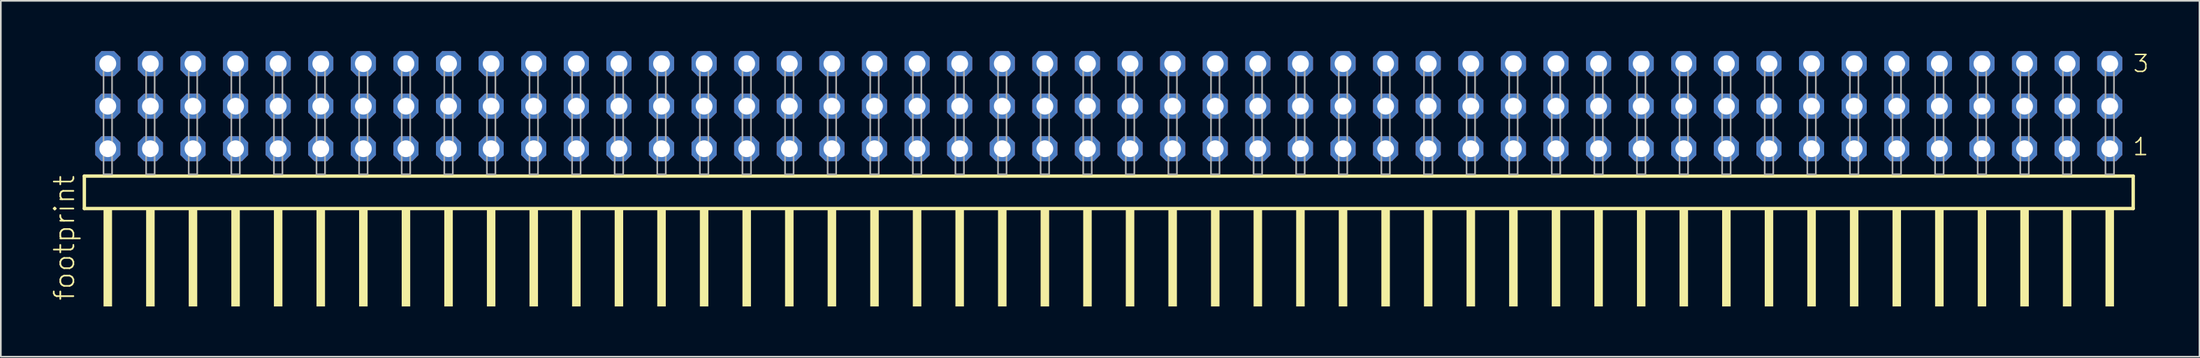
<source format=kicad_pcb>
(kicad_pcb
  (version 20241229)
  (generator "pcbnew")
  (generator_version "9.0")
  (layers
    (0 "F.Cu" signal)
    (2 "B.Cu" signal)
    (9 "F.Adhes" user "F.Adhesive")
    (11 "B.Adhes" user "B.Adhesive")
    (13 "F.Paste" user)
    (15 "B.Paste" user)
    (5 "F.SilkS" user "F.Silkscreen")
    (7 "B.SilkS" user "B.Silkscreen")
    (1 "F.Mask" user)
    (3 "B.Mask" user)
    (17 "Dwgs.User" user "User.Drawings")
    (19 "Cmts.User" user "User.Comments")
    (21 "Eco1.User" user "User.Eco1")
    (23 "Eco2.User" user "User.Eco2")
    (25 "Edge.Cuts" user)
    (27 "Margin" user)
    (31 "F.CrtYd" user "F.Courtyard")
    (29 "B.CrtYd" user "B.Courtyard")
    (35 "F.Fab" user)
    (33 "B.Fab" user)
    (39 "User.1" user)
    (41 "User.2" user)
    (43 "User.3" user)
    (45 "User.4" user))
  (footprint "footprint"
    (layer "F.Cu")
    (at 63.068 7.354)
    (property "Reference" "footprint" (at -61.595 7.62 90) (layer "F.SilkS") (effects (font (size 1.168 1.168) (thickness 0.102)) (justify left bottom)))
    (fp_line (start -61.089 0.106) (end -61.089 2.046) (stroke (width 0.203) (type solid)) (layer "F.SilkS"))
    (fp_line (start -61.089 2.046) (end 61.089 2.046) (stroke (width 0.203) (type solid)) (layer "F.SilkS"))
    (fp_line (start 61.089 0.106) (end -61.089 0.106) (stroke (width 0.203) (type solid)) (layer "F.SilkS"))
    (fp_line (start 61.089 2.046) (end 61.089 0.106) (stroke (width 0.203) (type solid)) (layer "F.SilkS"))
    (fp_poly (pts (xy -59.944 7.89) (xy -59.436 7.89) (xy -59.436 2.04) (xy -59.944 2.04)) (stroke (width 0) (type solid)) (fill yes) (layer "F.SilkS"))
    (fp_poly (pts (xy -57.404 7.89) (xy -56.896 7.89) (xy -56.896 2.04) (xy -57.404 2.04)) (stroke (width 0) (type solid)) (fill yes) (layer "F.SilkS"))
    (fp_poly (pts (xy -54.864 7.89) (xy -54.356 7.89) (xy -54.356 2.04) (xy -54.864 2.04)) (stroke (width 0) (type solid)) (fill yes) (layer "F.SilkS"))
    (fp_poly (pts (xy -52.324 7.89) (xy -51.816 7.89) (xy -51.816 2.04) (xy -52.324 2.04)) (stroke (width 0) (type solid)) (fill yes) (layer "F.SilkS"))
    (fp_poly (pts (xy -49.784 7.89) (xy -49.276 7.89) (xy -49.276 2.04) (xy -49.784 2.04)) (stroke (width 0) (type solid)) (fill yes) (layer "F.SilkS"))
    (fp_poly (pts (xy -47.244 7.89) (xy -46.736 7.89) (xy -46.736 2.04) (xy -47.244 2.04)) (stroke (width 0) (type solid)) (fill yes) (layer "F.SilkS"))
    (fp_poly (pts (xy -44.704 7.89) (xy -44.196 7.89) (xy -44.196 2.04) (xy -44.704 2.04)) (stroke (width 0) (type solid)) (fill yes) (layer "F.SilkS"))
    (fp_poly (pts (xy -42.164 7.89) (xy -41.656 7.89) (xy -41.656 2.04) (xy -42.164 2.04)) (stroke (width 0) (type solid)) (fill yes) (layer "F.SilkS"))
    (fp_poly (pts (xy -39.624 7.89) (xy -39.116 7.89) (xy -39.116 2.04) (xy -39.624 2.04)) (stroke (width 0) (type solid)) (fill yes) (layer "F.SilkS"))
    (fp_poly (pts (xy -37.084 7.89) (xy -36.576 7.89) (xy -36.576 2.04) (xy -37.084 2.04)) (stroke (width 0) (type solid)) (fill yes) (layer "F.SilkS"))
    (fp_poly (pts (xy -34.544 7.89) (xy -34.036 7.89) (xy -34.036 2.04) (xy -34.544 2.04)) (stroke (width 0) (type solid)) (fill yes) (layer "F.SilkS"))
    (fp_poly (pts (xy -32.004 7.89) (xy -31.496 7.89) (xy -31.496 2.04) (xy -32.004 2.04)) (stroke (width 0) (type solid)) (fill yes) (layer "F.SilkS"))
    (fp_poly (pts (xy -29.464 7.89) (xy -28.956 7.89) (xy -28.956 2.04) (xy -29.464 2.04)) (stroke (width 0) (type solid)) (fill yes) (layer "F.SilkS"))
    (fp_poly (pts (xy -26.924 7.89) (xy -26.416 7.89) (xy -26.416 2.04) (xy -26.924 2.04)) (stroke (width 0) (type solid)) (fill yes) (layer "F.SilkS"))
    (fp_poly (pts (xy -24.384 7.89) (xy -23.876 7.89) (xy -23.876 2.04) (xy -24.384 2.04)) (stroke (width 0) (type solid)) (fill yes) (layer "F.SilkS"))
    (fp_poly (pts (xy -21.844 7.89) (xy -21.336 7.89) (xy -21.336 2.04) (xy -21.844 2.04)) (stroke (width 0) (type solid)) (fill yes) (layer "F.SilkS"))
    (fp_poly (pts (xy -19.304 7.89) (xy -18.796 7.89) (xy -18.796 2.04) (xy -19.304 2.04)) (stroke (width 0) (type solid)) (fill yes) (layer "F.SilkS"))
    (fp_poly (pts (xy -16.764 7.89) (xy -16.256 7.89) (xy -16.256 2.04) (xy -16.764 2.04)) (stroke (width 0) (type solid)) (fill yes) (layer "F.SilkS"))
    (fp_poly (pts (xy -14.224 7.89) (xy -13.716 7.89) (xy -13.716 2.04) (xy -14.224 2.04)) (stroke (width 0) (type solid)) (fill yes) (layer "F.SilkS"))
    (fp_poly (pts (xy -11.684 7.89) (xy -11.176 7.89) (xy -11.176 2.04) (xy -11.684 2.04)) (stroke (width 0) (type solid)) (fill yes) (layer "F.SilkS"))
    (fp_poly (pts (xy -9.144 7.89) (xy -8.636 7.89) (xy -8.636 2.04) (xy -9.144 2.04)) (stroke (width 0) (type solid)) (fill yes) (layer "F.SilkS"))
    (fp_poly (pts (xy -6.604 7.89) (xy -6.096 7.89) (xy -6.096 2.04) (xy -6.604 2.04)) (stroke (width 0) (type solid)) (fill yes) (layer "F.SilkS"))
    (fp_poly (pts (xy -4.064 7.89) (xy -3.556 7.89) (xy -3.556 2.04) (xy -4.064 2.04)) (stroke (width 0) (type solid)) (fill yes) (layer "F.SilkS"))
    (fp_poly (pts (xy -1.524 7.89) (xy -1.016 7.89) (xy -1.016 2.04) (xy -1.524 2.04)) (stroke (width 0) (type solid)) (fill yes) (layer "F.SilkS"))
    (fp_poly (pts (xy 1.016 7.89) (xy 1.524 7.89) (xy 1.524 2.04) (xy 1.016 2.04)) (stroke (width 0) (type solid)) (fill yes) (layer "F.SilkS"))
    (fp_poly (pts (xy 3.556 7.89) (xy 4.064 7.89) (xy 4.064 2.04) (xy 3.556 2.04)) (stroke (width 0) (type solid)) (fill yes) (layer "F.SilkS"))
    (fp_poly (pts (xy 6.096 7.89) (xy 6.604 7.89) (xy 6.604 2.04) (xy 6.096 2.04)) (stroke (width 0) (type solid)) (fill yes) (layer "F.SilkS"))
    (fp_poly (pts (xy 8.636 7.89) (xy 9.144 7.89) (xy 9.144 2.04) (xy 8.636 2.04)) (stroke (width 0) (type solid)) (fill yes) (layer "F.SilkS"))
    (fp_poly (pts (xy 11.176 7.89) (xy 11.684 7.89) (xy 11.684 2.04) (xy 11.176 2.04)) (stroke (width 0) (type solid)) (fill yes) (layer "F.SilkS"))
    (fp_poly (pts (xy 13.716 7.89) (xy 14.224 7.89) (xy 14.224 2.04) (xy 13.716 2.04)) (stroke (width 0) (type solid)) (fill yes) (layer "F.SilkS"))
    (fp_poly (pts (xy 16.256 7.89) (xy 16.764 7.89) (xy 16.764 2.04) (xy 16.256 2.04)) (stroke (width 0) (type solid)) (fill yes) (layer "F.SilkS"))
    (fp_poly (pts (xy 18.796 7.89) (xy 19.304 7.89) (xy 19.304 2.04) (xy 18.796 2.04)) (stroke (width 0) (type solid)) (fill yes) (layer "F.SilkS"))
    (fp_poly (pts (xy 21.336 7.89) (xy 21.844 7.89) (xy 21.844 2.04) (xy 21.336 2.04)) (stroke (width 0) (type solid)) (fill yes) (layer "F.SilkS"))
    (fp_poly (pts (xy 23.876 7.89) (xy 24.384 7.89) (xy 24.384 2.04) (xy 23.876 2.04)) (stroke (width 0) (type solid)) (fill yes) (layer "F.SilkS"))
    (fp_poly (pts (xy 26.416 7.89) (xy 26.924 7.89) (xy 26.924 2.04) (xy 26.416 2.04)) (stroke (width 0) (type solid)) (fill yes) (layer "F.SilkS"))
    (fp_poly (pts (xy 28.956 7.89) (xy 29.464 7.89) (xy 29.464 2.04) (xy 28.956 2.04)) (stroke (width 0) (type solid)) (fill yes) (layer "F.SilkS"))
    (fp_poly (pts (xy 31.496 7.89) (xy 32.004 7.89) (xy 32.004 2.04) (xy 31.496 2.04)) (stroke (width 0) (type solid)) (fill yes) (layer "F.SilkS"))
    (fp_poly (pts (xy 34.036 7.89) (xy 34.544 7.89) (xy 34.544 2.04) (xy 34.036 2.04)) (stroke (width 0) (type solid)) (fill yes) (layer "F.SilkS"))
    (fp_poly (pts (xy 36.576 7.89) (xy 37.084 7.89) (xy 37.084 2.04) (xy 36.576 2.04)) (stroke (width 0) (type solid)) (fill yes) (layer "F.SilkS"))
    (fp_poly (pts (xy 39.116 7.89) (xy 39.624 7.89) (xy 39.624 2.04) (xy 39.116 2.04)) (stroke (width 0) (type solid)) (fill yes) (layer "F.SilkS"))
    (fp_poly (pts (xy 41.656 7.89) (xy 42.164 7.89) (xy 42.164 2.04) (xy 41.656 2.04)) (stroke (width 0) (type solid)) (fill yes) (layer "F.SilkS"))
    (fp_poly (pts (xy 44.196 7.89) (xy 44.704 7.89) (xy 44.704 2.04) (xy 44.196 2.04)) (stroke (width 0) (type solid)) (fill yes) (layer "F.SilkS"))
    (fp_poly (pts (xy 46.736 7.89) (xy 47.244 7.89) (xy 47.244 2.04) (xy 46.736 2.04)) (stroke (width 0) (type solid)) (fill yes) (layer "F.SilkS"))
    (fp_poly (pts (xy 49.276 7.89) (xy 49.784 7.89) (xy 49.784 2.04) (xy 49.276 2.04)) (stroke (width 0) (type solid)) (fill yes) (layer "F.SilkS"))
    (fp_poly (pts (xy 51.816 7.89) (xy 52.324 7.89) (xy 52.324 2.04) (xy 51.816 2.04)) (stroke (width 0) (type solid)) (fill yes) (layer "F.SilkS"))
    (fp_poly (pts (xy 54.356 7.89) (xy 54.864 7.89) (xy 54.864 2.04) (xy 54.356 2.04)) (stroke (width 0) (type solid)) (fill yes) (layer "F.SilkS"))
    (fp_poly (pts (xy 56.896 7.89) (xy 57.404 7.89) (xy 57.404 2.04) (xy 56.896 2.04)) (stroke (width 0) (type solid)) (fill yes) (layer "F.SilkS"))
    (fp_poly (pts (xy 59.436 7.89) (xy 59.944 7.89) (xy 59.944 2.04) (xy 59.436 2.04)) (stroke (width 0) (type solid)) (fill yes) (layer "F.SilkS"))
    (fp_poly (pts (xy -59.944 0) (xy -59.436 0) (xy -59.436 -6.858) (xy -59.944 -6.858)) (stroke (width 0.1) (type solid)) (fill no) (layer "F.Fab"))
    (fp_poly (pts (xy -57.404 0) (xy -56.896 0) (xy -56.896 -6.858) (xy -57.404 -6.858)) (stroke (width 0.1) (type solid)) (fill no) (layer "F.Fab"))
    (fp_poly (pts (xy -54.864 0) (xy -54.356 0) (xy -54.356 -6.858) (xy -54.864 -6.858)) (stroke (width 0.1) (type solid)) (fill no) (layer "F.Fab"))
    (fp_poly (pts (xy -52.324 0) (xy -51.816 0) (xy -51.816 -6.858) (xy -52.324 -6.858)) (stroke (width 0.1) (type solid)) (fill no) (layer "F.Fab"))
    (fp_poly (pts (xy -49.784 0) (xy -49.276 0) (xy -49.276 -6.858) (xy -49.784 -6.858)) (stroke (width 0.1) (type solid)) (fill no) (layer "F.Fab"))
    (fp_poly (pts (xy -47.244 0) (xy -46.736 0) (xy -46.736 -6.858) (xy -47.244 -6.858)) (stroke (width 0.1) (type solid)) (fill no) (layer "F.Fab"))
    (fp_poly (pts (xy -44.704 0) (xy -44.196 0) (xy -44.196 -6.858) (xy -44.704 -6.858)) (stroke (width 0.1) (type solid)) (fill no) (layer "F.Fab"))
    (fp_poly (pts (xy -42.164 0) (xy -41.656 0) (xy -41.656 -6.858) (xy -42.164 -6.858)) (stroke (width 0.1) (type solid)) (fill no) (layer "F.Fab"))
    (fp_poly (pts (xy -39.624 0) (xy -39.116 0) (xy -39.116 -6.858) (xy -39.624 -6.858)) (stroke (width 0.1) (type solid)) (fill no) (layer "F.Fab"))
    (fp_poly (pts (xy -37.084 0) (xy -36.576 0) (xy -36.576 -6.858) (xy -37.084 -6.858)) (stroke (width 0.1) (type solid)) (fill no) (layer "F.Fab"))
    (fp_poly (pts (xy -34.544 0) (xy -34.036 0) (xy -34.036 -6.858) (xy -34.544 -6.858)) (stroke (width 0.1) (type solid)) (fill no) (layer "F.Fab"))
    (fp_poly (pts (xy -32.004 0) (xy -31.496 0) (xy -31.496 -6.858) (xy -32.004 -6.858)) (stroke (width 0.1) (type solid)) (fill no) (layer "F.Fab"))
    (fp_poly (pts (xy -29.464 0) (xy -28.956 0) (xy -28.956 -6.858) (xy -29.464 -6.858)) (stroke (width 0.1) (type solid)) (fill no) (layer "F.Fab"))
    (fp_poly (pts (xy -26.924 0) (xy -26.416 0) (xy -26.416 -6.858) (xy -26.924 -6.858)) (stroke (width 0.1) (type solid)) (fill no) (layer "F.Fab"))
    (fp_poly (pts (xy -24.384 0) (xy -23.876 0) (xy -23.876 -6.858) (xy -24.384 -6.858)) (stroke (width 0.1) (type solid)) (fill no) (layer "F.Fab"))
    (fp_poly (pts (xy -21.844 0) (xy -21.336 0) (xy -21.336 -6.858) (xy -21.844 -6.858)) (stroke (width 0.1) (type solid)) (fill no) (layer "F.Fab"))
    (fp_poly (pts (xy -19.304 0) (xy -18.796 0) (xy -18.796 -6.858) (xy -19.304 -6.858)) (stroke (width 0.1) (type solid)) (fill no) (layer "F.Fab"))
    (fp_poly (pts (xy -16.764 0) (xy -16.256 0) (xy -16.256 -6.858) (xy -16.764 -6.858)) (stroke (width 0.1) (type solid)) (fill no) (layer "F.Fab"))
    (fp_poly (pts (xy -14.224 0) (xy -13.716 0) (xy -13.716 -6.858) (xy -14.224 -6.858)) (stroke (width 0.1) (type solid)) (fill no) (layer "F.Fab"))
    (fp_poly (pts (xy -11.684 0) (xy -11.176 0) (xy -11.176 -6.858) (xy -11.684 -6.858)) (stroke (width 0.1) (type solid)) (fill no) (layer "F.Fab"))
    (fp_poly (pts (xy -9.144 0) (xy -8.636 0) (xy -8.636 -6.858) (xy -9.144 -6.858)) (stroke (width 0.1) (type solid)) (fill no) (layer "F.Fab"))
    (fp_poly (pts (xy -6.604 0) (xy -6.096 0) (xy -6.096 -6.858) (xy -6.604 -6.858)) (stroke (width 0.1) (type solid)) (fill no) (layer "F.Fab"))
    (fp_poly (pts (xy -4.064 0) (xy -3.556 0) (xy -3.556 -6.858) (xy -4.064 -6.858)) (stroke (width 0.1) (type solid)) (fill no) (layer "F.Fab"))
    (fp_poly (pts (xy -1.524 0) (xy -1.016 0) (xy -1.016 -6.858) (xy -1.524 -6.858)) (stroke (width 0.1) (type solid)) (fill no) (layer "F.Fab"))
    (fp_poly (pts (xy 1.016 0) (xy 1.524 0) (xy 1.524 -6.858) (xy 1.016 -6.858)) (stroke (width 0.1) (type solid)) (fill no) (layer "F.Fab"))
    (fp_poly (pts (xy 3.556 0) (xy 4.064 0) (xy 4.064 -6.858) (xy 3.556 -6.858)) (stroke (width 0.1) (type solid)) (fill no) (layer "F.Fab"))
    (fp_poly (pts (xy 6.096 0) (xy 6.604 0) (xy 6.604 -6.858) (xy 6.096 -6.858)) (stroke (width 0.1) (type solid)) (fill no) (layer "F.Fab"))
    (fp_poly (pts (xy 8.636 0) (xy 9.144 0) (xy 9.144 -6.858) (xy 8.636 -6.858)) (stroke (width 0.1) (type solid)) (fill no) (layer "F.Fab"))
    (fp_poly (pts (xy 11.176 0) (xy 11.684 0) (xy 11.684 -6.858) (xy 11.176 -6.858)) (stroke (width 0.1) (type solid)) (fill no) (layer "F.Fab"))
    (fp_poly (pts (xy 13.716 0) (xy 14.224 0) (xy 14.224 -6.858) (xy 13.716 -6.858)) (stroke (width 0.1) (type solid)) (fill no) (layer "F.Fab"))
    (fp_poly (pts (xy 16.256 0) (xy 16.764 0) (xy 16.764 -6.858) (xy 16.256 -6.858)) (stroke (width 0.1) (type solid)) (fill no) (layer "F.Fab"))
    (fp_poly (pts (xy 18.796 0) (xy 19.304 0) (xy 19.304 -6.858) (xy 18.796 -6.858)) (stroke (width 0.1) (type solid)) (fill no) (layer "F.Fab"))
    (fp_poly (pts (xy 21.336 0) (xy 21.844 0) (xy 21.844 -6.858) (xy 21.336 -6.858)) (stroke (width 0.1) (type solid)) (fill no) (layer "F.Fab"))
    (fp_poly (pts (xy 23.876 0) (xy 24.384 0) (xy 24.384 -6.858) (xy 23.876 -6.858)) (stroke (width 0.1) (type solid)) (fill no) (layer "F.Fab"))
    (fp_poly (pts (xy 26.416 0) (xy 26.924 0) (xy 26.924 -6.858) (xy 26.416 -6.858)) (stroke (width 0.1) (type solid)) (fill no) (layer "F.Fab"))
    (fp_poly (pts (xy 28.956 0) (xy 29.464 0) (xy 29.464 -6.858) (xy 28.956 -6.858)) (stroke (width 0.1) (type solid)) (fill no) (layer "F.Fab"))
    (fp_poly (pts (xy 31.496 0) (xy 32.004 0) (xy 32.004 -6.858) (xy 31.496 -6.858)) (stroke (width 0.1) (type solid)) (fill no) (layer "F.Fab"))
    (fp_poly (pts (xy 34.036 0) (xy 34.544 0) (xy 34.544 -6.858) (xy 34.036 -6.858)) (stroke (width 0.1) (type solid)) (fill no) (layer "F.Fab"))
    (fp_poly (pts (xy 36.576 0) (xy 37.084 0) (xy 37.084 -6.858) (xy 36.576 -6.858)) (stroke (width 0.1) (type solid)) (fill no) (layer "F.Fab"))
    (fp_poly (pts (xy 39.116 0) (xy 39.624 0) (xy 39.624 -6.858) (xy 39.116 -6.858)) (stroke (width 0.1) (type solid)) (fill no) (layer "F.Fab"))
    (fp_poly (pts (xy 41.656 0) (xy 42.164 0) (xy 42.164 -6.858) (xy 41.656 -6.858)) (stroke (width 0.1) (type solid)) (fill no) (layer "F.Fab"))
    (fp_poly (pts (xy 44.196 0) (xy 44.704 0) (xy 44.704 -6.858) (xy 44.196 -6.858)) (stroke (width 0.1) (type solid)) (fill no) (layer "F.Fab"))
    (fp_poly (pts (xy 46.736 0) (xy 47.244 0) (xy 47.244 -6.858) (xy 46.736 -6.858)) (stroke (width 0.1) (type solid)) (fill no) (layer "F.Fab"))
    (fp_poly (pts (xy 49.276 0) (xy 49.784 0) (xy 49.784 -6.858) (xy 49.276 -6.858)) (stroke (width 0.1) (type solid)) (fill no) (layer "F.Fab"))
    (fp_poly (pts (xy 51.816 0) (xy 52.324 0) (xy 52.324 -6.858) (xy 51.816 -6.858)) (stroke (width 0.1) (type solid)) (fill no) (layer "F.Fab"))
    (fp_poly (pts (xy 54.356 0) (xy 54.864 0) (xy 54.864 -6.858) (xy 54.356 -6.858)) (stroke (width 0.1) (type solid)) (fill no) (layer "F.Fab"))
    (fp_poly (pts (xy 56.896 0) (xy 57.404 0) (xy 57.404 -6.858) (xy 56.896 -6.858)) (stroke (width 0.1) (type solid)) (fill no) (layer "F.Fab"))
    (fp_poly (pts (xy 59.436 0) (xy 59.944 0) (xy 59.944 -6.858) (xy 59.436 -6.858)) (stroke (width 0.1) (type solid)) (fill no) (layer "F.Fab"))
    (fp_text user "3" (at 61.015 -6.015 0) (layer "F.SilkS") (effects (font (size 1.012 1.012) (thickness 0.088)) (justify left bottom)))
    (fp_text user "1" (at 61 -1.05 0) (layer "F.SilkS") (effects (font (size 1.012 1.012) (thickness 0.088)) (justify left bottom)))
    (pad "1" thru_hole roundrect (at 59.69 -1.524 180) (size 1.5 1.5) (drill 1) (layers "*.Cu" "*.Mask") (roundrect_rratio 0.25) (chamfer_ratio 0.25) (chamfer top_left top_right bottom_left bottom_right))
    (pad "2" thru_hole roundrect (at 59.69 -4.064 180) (size 1.5 1.5) (drill 1) (layers "*.Cu" "*.Mask") (roundrect_rratio 0.25) (chamfer_ratio 0.25) (chamfer top_left top_right bottom_left bottom_right))
    (pad "3" thru_hole roundrect (at 59.69 -6.604 180) (size 1.5 1.5) (drill 1) (layers "*.Cu" "*.Mask") (roundrect_rratio 0.25) (chamfer_ratio 0.25) (chamfer top_left top_right bottom_left bottom_right))
    (pad "4" thru_hole roundrect (at 57.15 -1.524 180) (size 1.5 1.5) (drill 1) (layers "*.Cu" "*.Mask") (roundrect_rratio 0.25) (chamfer_ratio 0.25) (chamfer top_left top_right bottom_left bottom_right))
    (pad "5" thru_hole roundrect (at 57.15 -4.064 180) (size 1.5 1.5) (drill 1) (layers "*.Cu" "*.Mask") (roundrect_rratio 0.25) (chamfer_ratio 0.25) (chamfer top_left top_right bottom_left bottom_right))
    (pad "6" thru_hole roundrect (at 57.15 -6.604 180) (size 1.5 1.5) (drill 1) (layers "*.Cu" "*.Mask") (roundrect_rratio 0.25) (chamfer_ratio 0.25) (chamfer top_left top_right bottom_left bottom_right))
    (pad "7" thru_hole roundrect (at 54.61 -1.524 180) (size 1.5 1.5) (drill 1) (layers "*.Cu" "*.Mask") (roundrect_rratio 0.25) (chamfer_ratio 0.25) (chamfer top_left top_right bottom_left bottom_right))
    (pad "8" thru_hole roundrect (at 54.61 -4.064 180) (size 1.5 1.5) (drill 1) (layers "*.Cu" "*.Mask") (roundrect_rratio 0.25) (chamfer_ratio 0.25) (chamfer top_left top_right bottom_left bottom_right))
    (pad "9" thru_hole roundrect (at 54.61 -6.604 180) (size 1.5 1.5) (drill 1) (layers "*.Cu" "*.Mask") (roundrect_rratio 0.25) (chamfer_ratio 0.25) (chamfer top_left top_right bottom_left bottom_right))
    (pad "10" thru_hole roundrect (at 52.07 -1.524 180) (size 1.5 1.5) (drill 1) (layers "*.Cu" "*.Mask") (roundrect_rratio 0.25) (chamfer_ratio 0.25) (chamfer top_left top_right bottom_left bottom_right))
    (pad "11" thru_hole roundrect (at 52.07 -4.064 180) (size 1.5 1.5) (drill 1) (layers "*.Cu" "*.Mask") (roundrect_rratio 0.25) (chamfer_ratio 0.25) (chamfer top_left top_right bottom_left bottom_right))
    (pad "12" thru_hole roundrect (at 52.07 -6.604 180) (size 1.5 1.5) (drill 1) (layers "*.Cu" "*.Mask") (roundrect_rratio 0.25) (chamfer_ratio 0.25) (chamfer top_left top_right bottom_left bottom_right))
    (pad "13" thru_hole roundrect (at 49.53 -1.524 180) (size 1.5 1.5) (drill 1) (layers "*.Cu" "*.Mask") (roundrect_rratio 0.25) (chamfer_ratio 0.25) (chamfer top_left top_right bottom_left bottom_right))
    (pad "14" thru_hole roundrect (at 49.53 -4.064 180) (size 1.5 1.5) (drill 1) (layers "*.Cu" "*.Mask") (roundrect_rratio 0.25) (chamfer_ratio 0.25) (chamfer top_left top_right bottom_left bottom_right))
    (pad "15" thru_hole roundrect (at 49.53 -6.604 180) (size 1.5 1.5) (drill 1) (layers "*.Cu" "*.Mask") (roundrect_rratio 0.25) (chamfer_ratio 0.25) (chamfer top_left top_right bottom_left bottom_right))
    (pad "16" thru_hole roundrect (at 46.99 -1.524 180) (size 1.5 1.5) (drill 1) (layers "*.Cu" "*.Mask") (roundrect_rratio 0.25) (chamfer_ratio 0.25) (chamfer top_left top_right bottom_left bottom_right))
    (pad "17" thru_hole roundrect (at 46.99 -4.064 180) (size 1.5 1.5) (drill 1) (layers "*.Cu" "*.Mask") (roundrect_rratio 0.25) (chamfer_ratio 0.25) (chamfer top_left top_right bottom_left bottom_right))
    (pad "18" thru_hole roundrect (at 46.99 -6.604 180) (size 1.5 1.5) (drill 1) (layers "*.Cu" "*.Mask") (roundrect_rratio 0.25) (chamfer_ratio 0.25) (chamfer top_left top_right bottom_left bottom_right))
    (pad "19" thru_hole roundrect (at 44.45 -1.524 180) (size 1.5 1.5) (drill 1) (layers "*.Cu" "*.Mask") (roundrect_rratio 0.25) (chamfer_ratio 0.25) (chamfer top_left top_right bottom_left bottom_right))
    (pad "20" thru_hole roundrect (at 44.45 -4.064 180) (size 1.5 1.5) (drill 1) (layers "*.Cu" "*.Mask") (roundrect_rratio 0.25) (chamfer_ratio 0.25) (chamfer top_left top_right bottom_left bottom_right))
    (pad "21" thru_hole roundrect (at 44.45 -6.604 180) (size 1.5 1.5) (drill 1) (layers "*.Cu" "*.Mask") (roundrect_rratio 0.25) (chamfer_ratio 0.25) (chamfer top_left top_right bottom_left bottom_right))
    (pad "22" thru_hole roundrect (at 41.91 -1.524 180) (size 1.5 1.5) (drill 1) (layers "*.Cu" "*.Mask") (roundrect_rratio 0.25) (chamfer_ratio 0.25) (chamfer top_left top_right bottom_left bottom_right))
    (pad "23" thru_hole roundrect (at 41.91 -4.064 180) (size 1.5 1.5) (drill 1) (layers "*.Cu" "*.Mask") (roundrect_rratio 0.25) (chamfer_ratio 0.25) (chamfer top_left top_right bottom_left bottom_right))
    (pad "24" thru_hole roundrect (at 41.91 -6.604 180) (size 1.5 1.5) (drill 1) (layers "*.Cu" "*.Mask") (roundrect_rratio 0.25) (chamfer_ratio 0.25) (chamfer top_left top_right bottom_left bottom_right))
    (pad "25" thru_hole roundrect (at 39.37 -1.524 180) (size 1.5 1.5) (drill 1) (layers "*.Cu" "*.Mask") (roundrect_rratio 0.25) (chamfer_ratio 0.25) (chamfer top_left top_right bottom_left bottom_right))
    (pad "26" thru_hole roundrect (at 39.37 -4.064 180) (size 1.5 1.5) (drill 1) (layers "*.Cu" "*.Mask") (roundrect_rratio 0.25) (chamfer_ratio 0.25) (chamfer top_left top_right bottom_left bottom_right))
    (pad "27" thru_hole roundrect (at 39.37 -6.604 180) (size 1.5 1.5) (drill 1) (layers "*.Cu" "*.Mask") (roundrect_rratio 0.25) (chamfer_ratio 0.25) (chamfer top_left top_right bottom_left bottom_right))
    (pad "28" thru_hole roundrect (at 36.83 -1.524 180) (size 1.5 1.5) (drill 1) (layers "*.Cu" "*.Mask") (roundrect_rratio 0.25) (chamfer_ratio 0.25) (chamfer top_left top_right bottom_left bottom_right))
    (pad "29" thru_hole roundrect (at 36.83 -4.064 180) (size 1.5 1.5) (drill 1) (layers "*.Cu" "*.Mask") (roundrect_rratio 0.25) (chamfer_ratio 0.25) (chamfer top_left top_right bottom_left bottom_right))
    (pad "30" thru_hole roundrect (at 36.83 -6.604 180) (size 1.5 1.5) (drill 1) (layers "*.Cu" "*.Mask") (roundrect_rratio 0.25) (chamfer_ratio 0.25) (chamfer top_left top_right bottom_left bottom_right))
    (pad "31" thru_hole roundrect (at 34.29 -1.524 180) (size 1.5 1.5) (drill 1) (layers "*.Cu" "*.Mask") (roundrect_rratio 0.25) (chamfer_ratio 0.25) (chamfer top_left top_right bottom_left bottom_right))
    (pad "32" thru_hole roundrect (at 34.29 -4.064 180) (size 1.5 1.5) (drill 1) (layers "*.Cu" "*.Mask") (roundrect_rratio 0.25) (chamfer_ratio 0.25) (chamfer top_left top_right bottom_left bottom_right))
    (pad "33" thru_hole roundrect (at 34.29 -6.604 180) (size 1.5 1.5) (drill 1) (layers "*.Cu" "*.Mask") (roundrect_rratio 0.25) (chamfer_ratio 0.25) (chamfer top_left top_right bottom_left bottom_right))
    (pad "34" thru_hole roundrect (at 31.75 -1.524 180) (size 1.5 1.5) (drill 1) (layers "*.Cu" "*.Mask") (roundrect_rratio 0.25) (chamfer_ratio 0.25) (chamfer top_left top_right bottom_left bottom_right))
    (pad "35" thru_hole roundrect (at 31.75 -4.064 180) (size 1.5 1.5) (drill 1) (layers "*.Cu" "*.Mask") (roundrect_rratio 0.25) (chamfer_ratio 0.25) (chamfer top_left top_right bottom_left bottom_right))
    (pad "36" thru_hole roundrect (at 31.75 -6.604 180) (size 1.5 1.5) (drill 1) (layers "*.Cu" "*.Mask") (roundrect_rratio 0.25) (chamfer_ratio 0.25) (chamfer top_left top_right bottom_left bottom_right))
    (pad "37" thru_hole roundrect (at 29.21 -1.524 180) (size 1.5 1.5) (drill 1) (layers "*.Cu" "*.Mask") (roundrect_rratio 0.25) (chamfer_ratio 0.25) (chamfer top_left top_right bottom_left bottom_right))
    (pad "38" thru_hole roundrect (at 29.21 -4.064 180) (size 1.5 1.5) (drill 1) (layers "*.Cu" "*.Mask") (roundrect_rratio 0.25) (chamfer_ratio 0.25) (chamfer top_left top_right bottom_left bottom_right))
    (pad "39" thru_hole roundrect (at 29.21 -6.604 180) (size 1.5 1.5) (drill 1) (layers "*.Cu" "*.Mask") (roundrect_rratio 0.25) (chamfer_ratio 0.25) (chamfer top_left top_right bottom_left bottom_right))
    (pad "40" thru_hole roundrect (at 26.67 -1.524 180) (size 1.5 1.5) (drill 1) (layers "*.Cu" "*.Mask") (roundrect_rratio 0.25) (chamfer_ratio 0.25) (chamfer top_left top_right bottom_left bottom_right))
    (pad "41" thru_hole roundrect (at 26.67 -4.064 180) (size 1.5 1.5) (drill 1) (layers "*.Cu" "*.Mask") (roundrect_rratio 0.25) (chamfer_ratio 0.25) (chamfer top_left top_right bottom_left bottom_right))
    (pad "42" thru_hole roundrect (at 26.67 -6.604 180) (size 1.5 1.5) (drill 1) (layers "*.Cu" "*.Mask") (roundrect_rratio 0.25) (chamfer_ratio 0.25) (chamfer top_left top_right bottom_left bottom_right))
    (pad "43" thru_hole roundrect (at 24.13 -1.524 180) (size 1.5 1.5) (drill 1) (layers "*.Cu" "*.Mask") (roundrect_rratio 0.25) (chamfer_ratio 0.25) (chamfer top_left top_right bottom_left bottom_right))
    (pad "44" thru_hole roundrect (at 24.13 -4.064 180) (size 1.5 1.5) (drill 1) (layers "*.Cu" "*.Mask") (roundrect_rratio 0.25) (chamfer_ratio 0.25) (chamfer top_left top_right bottom_left bottom_right))
    (pad "45" thru_hole roundrect (at 24.13 -6.604 180) (size 1.5 1.5) (drill 1) (layers "*.Cu" "*.Mask") (roundrect_rratio 0.25) (chamfer_ratio 0.25) (chamfer top_left top_right bottom_left bottom_right))
    (pad "46" thru_hole roundrect (at 21.59 -1.524 180) (size 1.5 1.5) (drill 1) (layers "*.Cu" "*.Mask") (roundrect_rratio 0.25) (chamfer_ratio 0.25) (chamfer top_left top_right bottom_left bottom_right))
    (pad "47" thru_hole roundrect (at 21.59 -4.064 180) (size 1.5 1.5) (drill 1) (layers "*.Cu" "*.Mask") (roundrect_rratio 0.25) (chamfer_ratio 0.25) (chamfer top_left top_right bottom_left bottom_right))
    (pad "48" thru_hole roundrect (at 21.59 -6.604 180) (size 1.5 1.5) (drill 1) (layers "*.Cu" "*.Mask") (roundrect_rratio 0.25) (chamfer_ratio 0.25) (chamfer top_left top_right bottom_left bottom_right))
    (pad "49" thru_hole roundrect (at 19.05 -1.524 180) (size 1.5 1.5) (drill 1) (layers "*.Cu" "*.Mask") (roundrect_rratio 0.25) (chamfer_ratio 0.25) (chamfer top_left top_right bottom_left bottom_right))
    (pad "50" thru_hole roundrect (at 19.05 -4.064 180) (size 1.5 1.5) (drill 1) (layers "*.Cu" "*.Mask") (roundrect_rratio 0.25) (chamfer_ratio 0.25) (chamfer top_left top_right bottom_left bottom_right))
    (pad "51" thru_hole roundrect (at 19.05 -6.604 180) (size 1.5 1.5) (drill 1) (layers "*.Cu" "*.Mask") (roundrect_rratio 0.25) (chamfer_ratio 0.25) (chamfer top_left top_right bottom_left bottom_right))
    (pad "52" thru_hole roundrect (at 16.51 -1.524 180) (size 1.5 1.5) (drill 1) (layers "*.Cu" "*.Mask") (roundrect_rratio 0.25) (chamfer_ratio 0.25) (chamfer top_left top_right bottom_left bottom_right))
    (pad "53" thru_hole roundrect (at 16.51 -4.064 180) (size 1.5 1.5) (drill 1) (layers "*.Cu" "*.Mask") (roundrect_rratio 0.25) (chamfer_ratio 0.25) (chamfer top_left top_right bottom_left bottom_right))
    (pad "54" thru_hole roundrect (at 16.51 -6.604 180) (size 1.5 1.5) (drill 1) (layers "*.Cu" "*.Mask") (roundrect_rratio 0.25) (chamfer_ratio 0.25) (chamfer top_left top_right bottom_left bottom_right))
    (pad "55" thru_hole roundrect (at 13.97 -1.524 180) (size 1.5 1.5) (drill 1) (layers "*.Cu" "*.Mask") (roundrect_rratio 0.25) (chamfer_ratio 0.25) (chamfer top_left top_right bottom_left bottom_right))
    (pad "56" thru_hole roundrect (at 13.97 -4.064 180) (size 1.5 1.5) (drill 1) (layers "*.Cu" "*.Mask") (roundrect_rratio 0.25) (chamfer_ratio 0.25) (chamfer top_left top_right bottom_left bottom_right))
    (pad "57" thru_hole roundrect (at 13.97 -6.604 180) (size 1.5 1.5) (drill 1) (layers "*.Cu" "*.Mask") (roundrect_rratio 0.25) (chamfer_ratio 0.25) (chamfer top_left top_right bottom_left bottom_right))
    (pad "58" thru_hole roundrect (at 11.43 -1.524 180) (size 1.5 1.5) (drill 1) (layers "*.Cu" "*.Mask") (roundrect_rratio 0.25) (chamfer_ratio 0.25) (chamfer top_left top_right bottom_left bottom_right))
    (pad "59" thru_hole roundrect (at 11.43 -4.064 180) (size 1.5 1.5) (drill 1) (layers "*.Cu" "*.Mask") (roundrect_rratio 0.25) (chamfer_ratio 0.25) (chamfer top_left top_right bottom_left bottom_right))
    (pad "60" thru_hole roundrect (at 11.43 -6.604 180) (size 1.5 1.5) (drill 1) (layers "*.Cu" "*.Mask") (roundrect_rratio 0.25) (chamfer_ratio 0.25) (chamfer top_left top_right bottom_left bottom_right))
    (pad "61" thru_hole roundrect (at 8.89 -1.524 180) (size 1.5 1.5) (drill 1) (layers "*.Cu" "*.Mask") (roundrect_rratio 0.25) (chamfer_ratio 0.25) (chamfer top_left top_right bottom_left bottom_right))
    (pad "62" thru_hole roundrect (at 8.89 -4.064 180) (size 1.5 1.5) (drill 1) (layers "*.Cu" "*.Mask") (roundrect_rratio 0.25) (chamfer_ratio 0.25) (chamfer top_left top_right bottom_left bottom_right))
    (pad "63" thru_hole roundrect (at 8.89 -6.604 180) (size 1.5 1.5) (drill 1) (layers "*.Cu" "*.Mask") (roundrect_rratio 0.25) (chamfer_ratio 0.25) (chamfer top_left top_right bottom_left bottom_right))
    (pad "64" thru_hole roundrect (at 6.35 -1.524 180) (size 1.5 1.5) (drill 1) (layers "*.Cu" "*.Mask") (roundrect_rratio 0.25) (chamfer_ratio 0.25) (chamfer top_left top_right bottom_left bottom_right))
    (pad "65" thru_hole roundrect (at 6.35 -4.064 180) (size 1.5 1.5) (drill 1) (layers "*.Cu" "*.Mask") (roundrect_rratio 0.25) (chamfer_ratio 0.25) (chamfer top_left top_right bottom_left bottom_right))
    (pad "66" thru_hole roundrect (at 6.35 -6.604 180) (size 1.5 1.5) (drill 1) (layers "*.Cu" "*.Mask") (roundrect_rratio 0.25) (chamfer_ratio 0.25) (chamfer top_left top_right bottom_left bottom_right))
    (pad "67" thru_hole roundrect (at 3.81 -1.524 180) (size 1.5 1.5) (drill 1) (layers "*.Cu" "*.Mask") (roundrect_rratio 0.25) (chamfer_ratio 0.25) (chamfer top_left top_right bottom_left bottom_right))
    (pad "68" thru_hole roundrect (at 3.81 -4.064 180) (size 1.5 1.5) (drill 1) (layers "*.Cu" "*.Mask") (roundrect_rratio 0.25) (chamfer_ratio 0.25) (chamfer top_left top_right bottom_left bottom_right))
    (pad "69" thru_hole roundrect (at 3.81 -6.604 180) (size 1.5 1.5) (drill 1) (layers "*.Cu" "*.Mask") (roundrect_rratio 0.25) (chamfer_ratio 0.25) (chamfer top_left top_right bottom_left bottom_right))
    (pad "70" thru_hole roundrect (at 1.27 -1.524 180) (size 1.5 1.5) (drill 1) (layers "*.Cu" "*.Mask") (roundrect_rratio 0.25) (chamfer_ratio 0.25) (chamfer top_left top_right bottom_left bottom_right))
    (pad "71" thru_hole roundrect (at 1.27 -4.064 180) (size 1.5 1.5) (drill 1) (layers "*.Cu" "*.Mask") (roundrect_rratio 0.25) (chamfer_ratio 0.25) (chamfer top_left top_right bottom_left bottom_right))
    (pad "72" thru_hole roundrect (at 1.27 -6.604 180) (size 1.5 1.5) (drill 1) (layers "*.Cu" "*.Mask") (roundrect_rratio 0.25) (chamfer_ratio 0.25) (chamfer top_left top_right bottom_left bottom_right))
    (pad "73" thru_hole roundrect (at -1.27 -1.524 180) (size 1.5 1.5) (drill 1) (layers "*.Cu" "*.Mask") (roundrect_rratio 0.25) (chamfer_ratio 0.25) (chamfer top_left top_right bottom_left bottom_right))
    (pad "74" thru_hole roundrect (at -1.27 -4.064 180) (size 1.5 1.5) (drill 1) (layers "*.Cu" "*.Mask") (roundrect_rratio 0.25) (chamfer_ratio 0.25) (chamfer top_left top_right bottom_left bottom_right))
    (pad "75" thru_hole roundrect (at -1.27 -6.604 180) (size 1.5 1.5) (drill 1) (layers "*.Cu" "*.Mask") (roundrect_rratio 0.25) (chamfer_ratio 0.25) (chamfer top_left top_right bottom_left bottom_right))
    (pad "76" thru_hole roundrect (at -3.81 -1.524 180) (size 1.5 1.5) (drill 1) (layers "*.Cu" "*.Mask") (roundrect_rratio 0.25) (chamfer_ratio 0.25) (chamfer top_left top_right bottom_left bottom_right))
    (pad "77" thru_hole roundrect (at -3.81 -4.064 180) (size 1.5 1.5) (drill 1) (layers "*.Cu" "*.Mask") (roundrect_rratio 0.25) (chamfer_ratio 0.25) (chamfer top_left top_right bottom_left bottom_right))
    (pad "78" thru_hole roundrect (at -3.81 -6.604 180) (size 1.5 1.5) (drill 1) (layers "*.Cu" "*.Mask") (roundrect_rratio 0.25) (chamfer_ratio 0.25) (chamfer top_left top_right bottom_left bottom_right))
    (pad "79" thru_hole roundrect (at -6.35 -1.524 180) (size 1.5 1.5) (drill 1) (layers "*.Cu" "*.Mask") (roundrect_rratio 0.25) (chamfer_ratio 0.25) (chamfer top_left top_right bottom_left bottom_right))
    (pad "80" thru_hole roundrect (at -6.35 -4.064 180) (size 1.5 1.5) (drill 1) (layers "*.Cu" "*.Mask") (roundrect_rratio 0.25) (chamfer_ratio 0.25) (chamfer top_left top_right bottom_left bottom_right))
    (pad "81" thru_hole roundrect (at -6.35 -6.604 180) (size 1.5 1.5) (drill 1) (layers "*.Cu" "*.Mask") (roundrect_rratio 0.25) (chamfer_ratio 0.25) (chamfer top_left top_right bottom_left bottom_right))
    (pad "82" thru_hole roundrect (at -8.89 -1.524 180) (size 1.5 1.5) (drill 1) (layers "*.Cu" "*.Mask") (roundrect_rratio 0.25) (chamfer_ratio 0.25) (chamfer top_left top_right bottom_left bottom_right))
    (pad "83" thru_hole roundrect (at -8.89 -4.064 180) (size 1.5 1.5) (drill 1) (layers "*.Cu" "*.Mask") (roundrect_rratio 0.25) (chamfer_ratio 0.25) (chamfer top_left top_right bottom_left bottom_right))
    (pad "84" thru_hole roundrect (at -8.89 -6.604 180) (size 1.5 1.5) (drill 1) (layers "*.Cu" "*.Mask") (roundrect_rratio 0.25) (chamfer_ratio 0.25) (chamfer top_left top_right bottom_left bottom_right))
    (pad "85" thru_hole roundrect (at -11.43 -1.524 180) (size 1.5 1.5) (drill 1) (layers "*.Cu" "*.Mask") (roundrect_rratio 0.25) (chamfer_ratio 0.25) (chamfer top_left top_right bottom_left bottom_right))
    (pad "86" thru_hole roundrect (at -11.43 -4.064 180) (size 1.5 1.5) (drill 1) (layers "*.Cu" "*.Mask") (roundrect_rratio 0.25) (chamfer_ratio 0.25) (chamfer top_left top_right bottom_left bottom_right))
    (pad "87" thru_hole roundrect (at -11.43 -6.604 180) (size 1.5 1.5) (drill 1) (layers "*.Cu" "*.Mask") (roundrect_rratio 0.25) (chamfer_ratio 0.25) (chamfer top_left top_right bottom_left bottom_right))
    (pad "88" thru_hole roundrect (at -13.97 -1.524 180) (size 1.5 1.5) (drill 1) (layers "*.Cu" "*.Mask") (roundrect_rratio 0.25) (chamfer_ratio 0.25) (chamfer top_left top_right bottom_left bottom_right))
    (pad "89" thru_hole roundrect (at -13.97 -4.064 180) (size 1.5 1.5) (drill 1) (layers "*.Cu" "*.Mask") (roundrect_rratio 0.25) (chamfer_ratio 0.25) (chamfer top_left top_right bottom_left bottom_right))
    (pad "90" thru_hole roundrect (at -13.97 -6.604 180) (size 1.5 1.5) (drill 1) (layers "*.Cu" "*.Mask") (roundrect_rratio 0.25) (chamfer_ratio 0.25) (chamfer top_left top_right bottom_left bottom_right))
    (pad "91" thru_hole roundrect (at -16.51 -1.524 180) (size 1.5 1.5) (drill 1) (layers "*.Cu" "*.Mask") (roundrect_rratio 0.25) (chamfer_ratio 0.25) (chamfer top_left top_right bottom_left bottom_right))
    (pad "92" thru_hole roundrect (at -16.51 -4.064 180) (size 1.5 1.5) (drill 1) (layers "*.Cu" "*.Mask") (roundrect_rratio 0.25) (chamfer_ratio 0.25) (chamfer top_left top_right bottom_left bottom_right))
    (pad "93" thru_hole roundrect (at -16.51 -6.604 180) (size 1.5 1.5) (drill 1) (layers "*.Cu" "*.Mask") (roundrect_rratio 0.25) (chamfer_ratio 0.25) (chamfer top_left top_right bottom_left bottom_right))
    (pad "94" thru_hole roundrect (at -19.05 -1.524 180) (size 1.5 1.5) (drill 1) (layers "*.Cu" "*.Mask") (roundrect_rratio 0.25) (chamfer_ratio 0.25) (chamfer top_left top_right bottom_left bottom_right))
    (pad "95" thru_hole roundrect (at -19.05 -4.064 180) (size 1.5 1.5) (drill 1) (layers "*.Cu" "*.Mask") (roundrect_rratio 0.25) (chamfer_ratio 0.25) (chamfer top_left top_right bottom_left bottom_right))
    (pad "96" thru_hole roundrect (at -19.05 -6.604 180) (size 1.5 1.5) (drill 1) (layers "*.Cu" "*.Mask") (roundrect_rratio 0.25) (chamfer_ratio 0.25) (chamfer top_left top_right bottom_left bottom_right))
    (pad "97" thru_hole roundrect (at -21.59 -1.524 180) (size 1.5 1.5) (drill 1) (layers "*.Cu" "*.Mask") (roundrect_rratio 0.25) (chamfer_ratio 0.25) (chamfer top_left top_right bottom_left bottom_right))
    (pad "98" thru_hole roundrect (at -21.59 -4.064 180) (size 1.5 1.5) (drill 1) (layers "*.Cu" "*.Mask") (roundrect_rratio 0.25) (chamfer_ratio 0.25) (chamfer top_left top_right bottom_left bottom_right))
    (pad "99" thru_hole roundrect (at -21.59 -6.604 180) (size 1.5 1.5) (drill 1) (layers "*.Cu" "*.Mask") (roundrect_rratio 0.25) (chamfer_ratio 0.25) (chamfer top_left top_right bottom_left bottom_right))
    (pad "100" thru_hole roundrect (at -24.13 -1.524 180) (size 1.5 1.5) (drill 1) (layers "*.Cu" "*.Mask") (roundrect_rratio 0.25) (chamfer_ratio 0.25) (chamfer top_left top_right bottom_left bottom_right))
    (pad "101" thru_hole roundrect (at -24.13 -4.064 180) (size 1.5 1.5) (drill 1) (layers "*.Cu" "*.Mask") (roundrect_rratio 0.25) (chamfer_ratio 0.25) (chamfer top_left top_right bottom_left bottom_right))
    (pad "102" thru_hole roundrect (at -24.13 -6.604 180) (size 1.5 1.5) (drill 1) (layers "*.Cu" "*.Mask") (roundrect_rratio 0.25) (chamfer_ratio 0.25) (chamfer top_left top_right bottom_left bottom_right))
    (pad "103" thru_hole roundrect (at -26.67 -1.524 180) (size 1.5 1.5) (drill 1) (layers "*.Cu" "*.Mask") (roundrect_rratio 0.25) (chamfer_ratio 0.25) (chamfer top_left top_right bottom_left bottom_right))
    (pad "104" thru_hole roundrect (at -26.67 -4.064 180) (size 1.5 1.5) (drill 1) (layers "*.Cu" "*.Mask") (roundrect_rratio 0.25) (chamfer_ratio 0.25) (chamfer top_left top_right bottom_left bottom_right))
    (pad "105" thru_hole roundrect (at -26.67 -6.604 180) (size 1.5 1.5) (drill 1) (layers "*.Cu" "*.Mask") (roundrect_rratio 0.25) (chamfer_ratio 0.25) (chamfer top_left top_right bottom_left bottom_right))
    (pad "106" thru_hole roundrect (at -29.21 -1.524 180) (size 1.5 1.5) (drill 1) (layers "*.Cu" "*.Mask") (roundrect_rratio 0.25) (chamfer_ratio 0.25) (chamfer top_left top_right bottom_left bottom_right))
    (pad "107" thru_hole roundrect (at -29.21 -4.064 180) (size 1.5 1.5) (drill 1) (layers "*.Cu" "*.Mask") (roundrect_rratio 0.25) (chamfer_ratio 0.25) (chamfer top_left top_right bottom_left bottom_right))
    (pad "108" thru_hole roundrect (at -29.21 -6.604 180) (size 1.5 1.5) (drill 1) (layers "*.Cu" "*.Mask") (roundrect_rratio 0.25) (chamfer_ratio 0.25) (chamfer top_left top_right bottom_left bottom_right))
    (pad "109" thru_hole roundrect (at -31.75 -1.524 180) (size 1.5 1.5) (drill 1) (layers "*.Cu" "*.Mask") (roundrect_rratio 0.25) (chamfer_ratio 0.25) (chamfer top_left top_right bottom_left bottom_right))
    (pad "110" thru_hole roundrect (at -31.75 -4.064 180) (size 1.5 1.5) (drill 1) (layers "*.Cu" "*.Mask") (roundrect_rratio 0.25) (chamfer_ratio 0.25) (chamfer top_left top_right bottom_left bottom_right))
    (pad "111" thru_hole roundrect (at -31.75 -6.604 180) (size 1.5 1.5) (drill 1) (layers "*.Cu" "*.Mask") (roundrect_rratio 0.25) (chamfer_ratio 0.25) (chamfer top_left top_right bottom_left bottom_right))
    (pad "112" thru_hole roundrect (at -34.29 -1.524 180) (size 1.5 1.5) (drill 1) (layers "*.Cu" "*.Mask") (roundrect_rratio 0.25) (chamfer_ratio 0.25) (chamfer top_left top_right bottom_left bottom_right))
    (pad "113" thru_hole roundrect (at -34.29 -4.064 180) (size 1.5 1.5) (drill 1) (layers "*.Cu" "*.Mask") (roundrect_rratio 0.25) (chamfer_ratio 0.25) (chamfer top_left top_right bottom_left bottom_right))
    (pad "114" thru_hole roundrect (at -34.29 -6.604 180) (size 1.5 1.5) (drill 1) (layers "*.Cu" "*.Mask") (roundrect_rratio 0.25) (chamfer_ratio 0.25) (chamfer top_left top_right bottom_left bottom_right))
    (pad "115" thru_hole roundrect (at -36.83 -1.524 180) (size 1.5 1.5) (drill 1) (layers "*.Cu" "*.Mask") (roundrect_rratio 0.25) (chamfer_ratio 0.25) (chamfer top_left top_right bottom_left bottom_right))
    (pad "116" thru_hole roundrect (at -36.83 -4.064 180) (size 1.5 1.5) (drill 1) (layers "*.Cu" "*.Mask") (roundrect_rratio 0.25) (chamfer_ratio 0.25) (chamfer top_left top_right bottom_left bottom_right))
    (pad "117" thru_hole roundrect (at -36.83 -6.604 180) (size 1.5 1.5) (drill 1) (layers "*.Cu" "*.Mask") (roundrect_rratio 0.25) (chamfer_ratio 0.25) (chamfer top_left top_right bottom_left bottom_right))
    (pad "118" thru_hole roundrect (at -39.37 -1.524 180) (size 1.5 1.5) (drill 1) (layers "*.Cu" "*.Mask") (roundrect_rratio 0.25) (chamfer_ratio 0.25) (chamfer top_left top_right bottom_left bottom_right))
    (pad "119" thru_hole roundrect (at -39.37 -4.064 180) (size 1.5 1.5) (drill 1) (layers "*.Cu" "*.Mask") (roundrect_rratio 0.25) (chamfer_ratio 0.25) (chamfer top_left top_right bottom_left bottom_right))
    (pad "120" thru_hole roundrect (at -39.37 -6.604 180) (size 1.5 1.5) (drill 1) (layers "*.Cu" "*.Mask") (roundrect_rratio 0.25) (chamfer_ratio 0.25) (chamfer top_left top_right bottom_left bottom_right))
    (pad "121" thru_hole roundrect (at -41.91 -1.524 180) (size 1.5 1.5) (drill 1) (layers "*.Cu" "*.Mask") (roundrect_rratio 0.25) (chamfer_ratio 0.25) (chamfer top_left top_right bottom_left bottom_right))
    (pad "122" thru_hole roundrect (at -41.91 -4.064 180) (size 1.5 1.5) (drill 1) (layers "*.Cu" "*.Mask") (roundrect_rratio 0.25) (chamfer_ratio 0.25) (chamfer top_left top_right bottom_left bottom_right))
    (pad "123" thru_hole roundrect (at -41.91 -6.604 180) (size 1.5 1.5) (drill 1) (layers "*.Cu" "*.Mask") (roundrect_rratio 0.25) (chamfer_ratio 0.25) (chamfer top_left top_right bottom_left bottom_right))
    (pad "124" thru_hole roundrect (at -44.45 -1.524 180) (size 1.5 1.5) (drill 1) (layers "*.Cu" "*.Mask") (roundrect_rratio 0.25) (chamfer_ratio 0.25) (chamfer top_left top_right bottom_left bottom_right))
    (pad "125" thru_hole roundrect (at -44.45 -4.064 180) (size 1.5 1.5) (drill 1) (layers "*.Cu" "*.Mask") (roundrect_rratio 0.25) (chamfer_ratio 0.25) (chamfer top_left top_right bottom_left bottom_right))
    (pad "126" thru_hole roundrect (at -44.45 -6.604 180) (size 1.5 1.5) (drill 1) (layers "*.Cu" "*.Mask") (roundrect_rratio 0.25) (chamfer_ratio 0.25) (chamfer top_left top_right bottom_left bottom_right))
    (pad "127" thru_hole roundrect (at -46.99 -1.524 180) (size 1.5 1.5) (drill 1) (layers "*.Cu" "*.Mask") (roundrect_rratio 0.25) (chamfer_ratio 0.25) (chamfer top_left top_right bottom_left bottom_right))
    (pad "128" thru_hole roundrect (at -46.99 -4.064 180) (size 1.5 1.5) (drill 1) (layers "*.Cu" "*.Mask") (roundrect_rratio 0.25) (chamfer_ratio 0.25) (chamfer top_left top_right bottom_left bottom_right))
    (pad "129" thru_hole roundrect (at -46.99 -6.604 180) (size 1.5 1.5) (drill 1) (layers "*.Cu" "*.Mask") (roundrect_rratio 0.25) (chamfer_ratio 0.25) (chamfer top_left top_right bottom_left bottom_right))
    (pad "130" thru_hole roundrect (at -49.53 -1.524 180) (size 1.5 1.5) (drill 1) (layers "*.Cu" "*.Mask") (roundrect_rratio 0.25) (chamfer_ratio 0.25) (chamfer top_left top_right bottom_left bottom_right))
    (pad "131" thru_hole roundrect (at -49.53 -4.064 180) (size 1.5 1.5) (drill 1) (layers "*.Cu" "*.Mask") (roundrect_rratio 0.25) (chamfer_ratio 0.25) (chamfer top_left top_right bottom_left bottom_right))
    (pad "132" thru_hole roundrect (at -49.53 -6.604 180) (size 1.5 1.5) (drill 1) (layers "*.Cu" "*.Mask") (roundrect_rratio 0.25) (chamfer_ratio 0.25) (chamfer top_left top_right bottom_left bottom_right))
    (pad "133" thru_hole roundrect (at -52.07 -1.524 180) (size 1.5 1.5) (drill 1) (layers "*.Cu" "*.Mask") (roundrect_rratio 0.25) (chamfer_ratio 0.25) (chamfer top_left top_right bottom_left bottom_right))
    (pad "134" thru_hole roundrect (at -52.07 -4.064 180) (size 1.5 1.5) (drill 1) (layers "*.Cu" "*.Mask") (roundrect_rratio 0.25) (chamfer_ratio 0.25) (chamfer top_left top_right bottom_left bottom_right))
    (pad "135" thru_hole roundrect (at -52.07 -6.604 180) (size 1.5 1.5) (drill 1) (layers "*.Cu" "*.Mask") (roundrect_rratio 0.25) (chamfer_ratio 0.25) (chamfer top_left top_right bottom_left bottom_right))
    (pad "136" thru_hole roundrect (at -54.61 -1.524 180) (size 1.5 1.5) (drill 1) (layers "*.Cu" "*.Mask") (roundrect_rratio 0.25) (chamfer_ratio 0.25) (chamfer top_left top_right bottom_left bottom_right))
    (pad "137" thru_hole roundrect (at -54.61 -4.064 180) (size 1.5 1.5) (drill 1) (layers "*.Cu" "*.Mask") (roundrect_rratio 0.25) (chamfer_ratio 0.25) (chamfer top_left top_right bottom_left bottom_right))
    (pad "138" thru_hole roundrect (at -54.61 -6.604 180) (size 1.5 1.5) (drill 1) (layers "*.Cu" "*.Mask") (roundrect_rratio 0.25) (chamfer_ratio 0.25) (chamfer top_left top_right bottom_left bottom_right))
    (pad "139" thru_hole roundrect (at -57.15 -1.524 180) (size 1.5 1.5) (drill 1) (layers "*.Cu" "*.Mask") (roundrect_rratio 0.25) (chamfer_ratio 0.25) (chamfer top_left top_right bottom_left bottom_right))
    (pad "140" thru_hole roundrect (at -57.15 -4.064 180) (size 1.5 1.5) (drill 1) (layers "*.Cu" "*.Mask") (roundrect_rratio 0.25) (chamfer_ratio 0.25) (chamfer top_left top_right bottom_left bottom_right))
    (pad "141" thru_hole roundrect (at -57.15 -6.604 180) (size 1.5 1.5) (drill 1) (layers "*.Cu" "*.Mask") (roundrect_rratio 0.25) (chamfer_ratio 0.25) (chamfer top_left top_right bottom_left bottom_right))
    (pad "142" thru_hole roundrect (at -59.69 -1.524 180) (size 1.5 1.5) (drill 1) (layers "*.Cu" "*.Mask") (roundrect_rratio 0.25) (chamfer_ratio 0.25) (chamfer top_left top_right bottom_left bottom_right))
    (pad "143" thru_hole roundrect (at -59.69 -4.064 180) (size 1.5 1.5) (drill 1) (layers "*.Cu" "*.Mask") (roundrect_rratio 0.25) (chamfer_ratio 0.25) (chamfer top_left top_right bottom_left bottom_right))
    (pad "144" thru_hole roundrect (at -59.69 -6.604 180) (size 1.5 1.5) (drill 1) (layers "*.Cu" "*.Mask") (roundrect_rratio 0.25) (chamfer_ratio 0.25) (chamfer top_left top_right bottom_left bottom_right)))
  (gr_rect
    (start -3 -3)
    (end 128.109 18.244)
    (stroke (width 0.1) (type default))
    (fill no)
    (layer "Edge.Cuts")))
</source>
